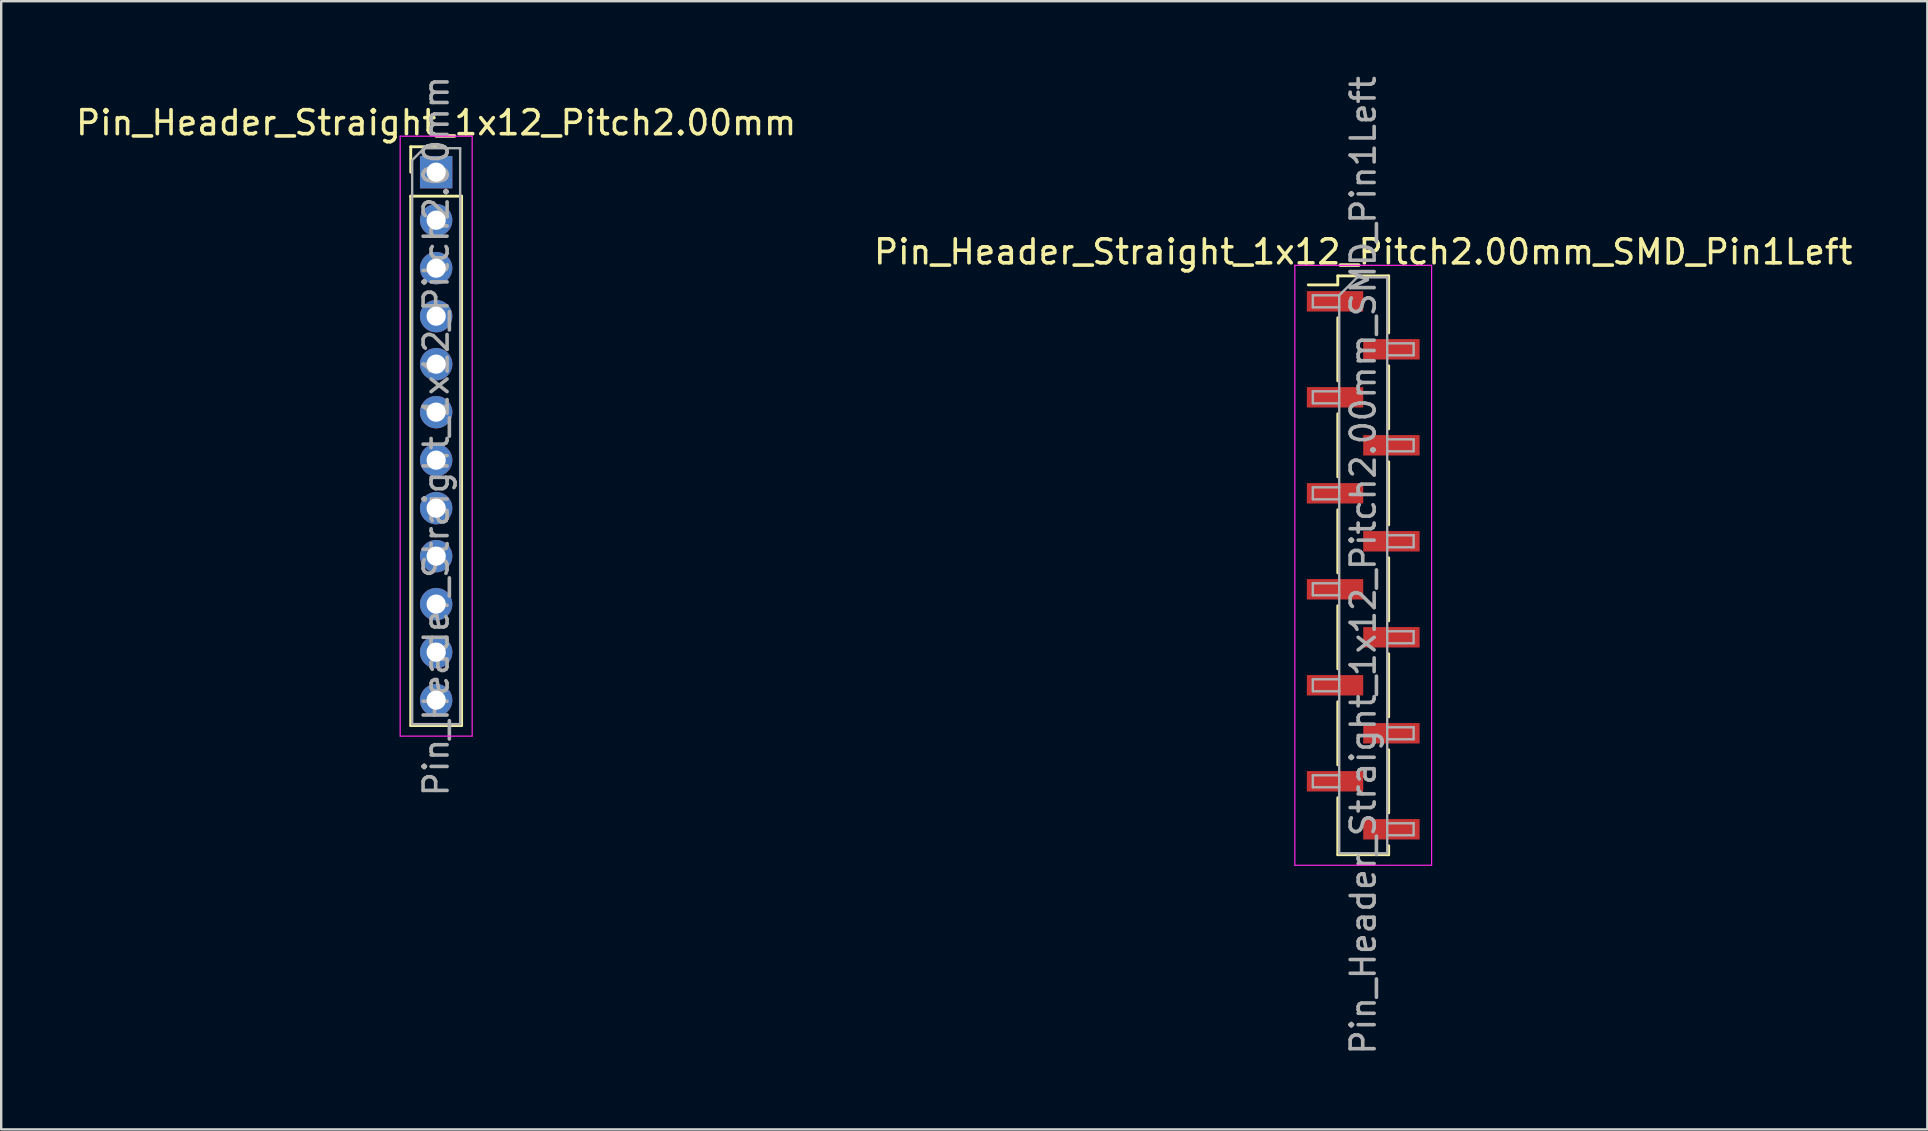
<source format=kicad_pcb>
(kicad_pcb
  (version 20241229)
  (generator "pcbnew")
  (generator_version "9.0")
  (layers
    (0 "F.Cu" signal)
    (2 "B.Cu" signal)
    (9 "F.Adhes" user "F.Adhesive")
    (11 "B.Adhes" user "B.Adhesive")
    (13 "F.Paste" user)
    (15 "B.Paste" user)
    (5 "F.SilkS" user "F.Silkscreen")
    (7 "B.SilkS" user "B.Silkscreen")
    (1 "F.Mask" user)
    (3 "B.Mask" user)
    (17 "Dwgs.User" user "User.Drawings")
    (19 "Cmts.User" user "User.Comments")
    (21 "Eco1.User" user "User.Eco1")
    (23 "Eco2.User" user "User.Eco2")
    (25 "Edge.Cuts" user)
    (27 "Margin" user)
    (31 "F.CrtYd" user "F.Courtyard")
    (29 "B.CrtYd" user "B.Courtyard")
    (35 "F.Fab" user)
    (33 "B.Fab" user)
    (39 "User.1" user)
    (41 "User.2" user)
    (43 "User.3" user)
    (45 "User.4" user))
  (footprint "Pin_Header_Straight_1x12_Pitch2.00mm"
    (layer "F.Cu")
    (at 15.125 4.125)
    (property "Reference" "Pin_Header_Straight_1x12_Pitch2.00mm" (at 0 -2.06 0) (layer "F.SilkS") (effects (font (size 1 1) (thickness 0.15))))
    (attr through_hole)
    (fp_line (start -1.06 -1.06) (end 0 -1.06) (stroke (width 0.12) (type solid)) (layer "F.SilkS"))
    (fp_line (start -1.06 0) (end -1.06 -1.06) (stroke (width 0.12) (type solid)) (layer "F.SilkS"))
    (fp_line (start -1.06 1) (end -1.06 23.06) (stroke (width 0.12) (type solid)) (layer "F.SilkS"))
    (fp_line (start -1.06 1) (end 1.06 1) (stroke (width 0.12) (type solid)) (layer "F.SilkS"))
    (fp_line (start -1.06 23.06) (end 1.06 23.06) (stroke (width 0.12) (type solid)) (layer "F.SilkS"))
    (fp_line (start 1.06 1) (end 1.06 23.06) (stroke (width 0.12) (type solid)) (layer "F.SilkS"))
    (fp_line (start -1.5 -1.5) (end -1.5 23.5) (stroke (width 0.05) (type solid)) (layer "F.CrtYd"))
    (fp_line (start -1.5 23.5) (end 1.5 23.5) (stroke (width 0.05) (type solid)) (layer "F.CrtYd"))
    (fp_line (start 1.5 -1.5) (end -1.5 -1.5) (stroke (width 0.05) (type solid)) (layer "F.CrtYd"))
    (fp_line (start 1.5 23.5) (end 1.5 -1.5) (stroke (width 0.05) (type solid)) (layer "F.CrtYd"))
    (fp_line (start -1 -0.5) (end -0.5 -1) (stroke (width 0.1) (type solid)) (layer "F.Fab"))
    (fp_line (start -1 23) (end -1 -0.5) (stroke (width 0.1) (type solid)) (layer "F.Fab"))
    (fp_line (start -0.5 -1) (end 1 -1) (stroke (width 0.1) (type solid)) (layer "F.Fab"))
    (fp_line (start 1 -1) (end 1 23) (stroke (width 0.1) (type solid)) (layer "F.Fab"))
    (fp_line (start 1 23) (end -1 23) (stroke (width 0.1) (type solid)) (layer "F.Fab"))
    (fp_text user "${REFERENCE}" (at 0 11 90) (layer "F.Fab") (effects (font (size 1 1) (thickness 0.15))))
    (pad "1" thru_hole rect (at 0 0) (size 1.35 1.35) (drill 0.8) (layers "*.Cu" "*.Mask"))
    (pad "2" thru_hole oval (at 0 2) (size 1.35 1.35) (drill 0.8) (layers "*.Cu" "*.Mask"))
    (pad "3" thru_hole oval (at 0 4) (size 1.35 1.35) (drill 0.8) (layers "*.Cu" "*.Mask"))
    (pad "4" thru_hole oval (at 0 6) (size 1.35 1.35) (drill 0.8) (layers "*.Cu" "*.Mask"))
    (pad "5" thru_hole oval (at 0 8) (size 1.35 1.35) (drill 0.8) (layers "*.Cu" "*.Mask"))
    (pad "6" thru_hole oval (at 0 10) (size 1.35 1.35) (drill 0.8) (layers "*.Cu" "*.Mask"))
    (pad "7" thru_hole oval (at 0 12) (size 1.35 1.35) (drill 0.8) (layers "*.Cu" "*.Mask"))
    (pad "8" thru_hole oval (at 0 14) (size 1.35 1.35) (drill 0.8) (layers "*.Cu" "*.Mask"))
    (pad "9" thru_hole oval (at 0 16) (size 1.35 1.35) (drill 0.8) (layers "*.Cu" "*.Mask"))
    (pad "10" thru_hole oval (at 0 18) (size 1.35 1.35) (drill 0.8) (layers "*.Cu" "*.Mask"))
    (pad "11" thru_hole oval (at 0 20) (size 1.35 1.35) (drill 0.8) (layers "*.Cu" "*.Mask"))
    (pad "12" thru_hole oval (at 0 22) (size 1.35 1.35) (drill 0.8) (layers "*.Cu" "*.Mask")))
  (footprint "Pin_Header_Straight_1x12_Pitch2.00mm_SMD_Pin1Left"
    (layer "F.Cu")
    (at 53.756 20.506)
    (property "Reference" "Pin_Header_Straight_1x12_Pitch2.00mm_SMD_Pin1Left" (at 0 -13.06 0) (layer "F.SilkS") (effects (font (size 1 1) (thickness 0.15))))
    (attr smd)
    (fp_line (start -1.06 -12.06) (end -1.06 -11.685) (stroke (width 0.12) (type solid)) (layer "F.SilkS"))
    (fp_line (start -1.06 -12.06) (end 1.06 -12.06) (stroke (width 0.12) (type solid)) (layer "F.SilkS"))
    (fp_line (start -1.06 -11.685) (end -2.29 -11.685) (stroke (width 0.12) (type solid)) (layer "F.SilkS"))
    (fp_line (start -1.06 -10.315) (end -1.06 -7.685) (stroke (width 0.12) (type solid)) (layer "F.SilkS"))
    (fp_line (start -1.06 -6.315) (end -1.06 -3.685) (stroke (width 0.12) (type solid)) (layer "F.SilkS"))
    (fp_line (start -1.06 -2.315) (end -1.06 0.315) (stroke (width 0.12) (type solid)) (layer "F.SilkS"))
    (fp_line (start -1.06 1.685) (end -1.06 4.315) (stroke (width 0.12) (type solid)) (layer "F.SilkS"))
    (fp_line (start -1.06 5.685) (end -1.06 8.315) (stroke (width 0.12) (type solid)) (layer "F.SilkS"))
    (fp_line (start -1.06 9.685) (end -1.06 12.06) (stroke (width 0.12) (type solid)) (layer "F.SilkS"))
    (fp_line (start -1.06 12.06) (end 1.06 12.06) (stroke (width 0.12) (type solid)) (layer "F.SilkS"))
    (fp_line (start 1.06 -12.06) (end 1.06 -9.685) (stroke (width 0.12) (type solid)) (layer "F.SilkS"))
    (fp_line (start 1.06 -8.315) (end 1.06 -5.685) (stroke (width 0.12) (type solid)) (layer "F.SilkS"))
    (fp_line (start 1.06 -4.315) (end 1.06 -1.685) (stroke (width 0.12) (type solid)) (layer "F.SilkS"))
    (fp_line (start 1.06 -0.315) (end 1.06 2.315) (stroke (width 0.12) (type solid)) (layer "F.SilkS"))
    (fp_line (start 1.06 3.685) (end 1.06 6.315) (stroke (width 0.12) (type solid)) (layer "F.SilkS"))
    (fp_line (start 1.06 7.685) (end 1.06 10.315) (stroke (width 0.12) (type solid)) (layer "F.SilkS"))
    (fp_line (start 1.06 11.685) (end 1.06 12.06) (stroke (width 0.12) (type solid)) (layer "F.SilkS"))
    (fp_line (start -2.85 -12.5) (end -2.85 12.5) (stroke (width 0.05) (type solid)) (layer "F.CrtYd"))
    (fp_line (start -2.85 12.5) (end 2.85 12.5) (stroke (width 0.05) (type solid)) (layer "F.CrtYd"))
    (fp_line (start 2.85 -12.5) (end -2.85 -12.5) (stroke (width 0.05) (type solid)) (layer "F.CrtYd"))
    (fp_line (start 2.85 12.5) (end 2.85 -12.5) (stroke (width 0.05) (type solid)) (layer "F.CrtYd"))
    (fp_line (start -2.1 -11.25) (end -2.1 -10.75) (stroke (width 0.1) (type solid)) (layer "F.Fab"))
    (fp_line (start -2.1 -10.75) (end -1 -10.75) (stroke (width 0.1) (type solid)) (layer "F.Fab"))
    (fp_line (start -2.1 -7.25) (end -2.1 -6.75) (stroke (width 0.1) (type solid)) (layer "F.Fab"))
    (fp_line (start -2.1 -6.75) (end -1 -6.75) (stroke (width 0.1) (type solid)) (layer "F.Fab"))
    (fp_line (start -2.1 -3.25) (end -2.1 -2.75) (stroke (width 0.1) (type solid)) (layer "F.Fab"))
    (fp_line (start -2.1 -2.75) (end -1 -2.75) (stroke (width 0.1) (type solid)) (layer "F.Fab"))
    (fp_line (start -2.1 0.75) (end -2.1 1.25) (stroke (width 0.1) (type solid)) (layer "F.Fab"))
    (fp_line (start -2.1 1.25) (end -1 1.25) (stroke (width 0.1) (type solid)) (layer "F.Fab"))
    (fp_line (start -2.1 4.75) (end -2.1 5.25) (stroke (width 0.1) (type solid)) (layer "F.Fab"))
    (fp_line (start -2.1 5.25) (end -1 5.25) (stroke (width 0.1) (type solid)) (layer "F.Fab"))
    (fp_line (start -2.1 8.75) (end -2.1 9.25) (stroke (width 0.1) (type solid)) (layer "F.Fab"))
    (fp_line (start -2.1 9.25) (end -1 9.25) (stroke (width 0.1) (type solid)) (layer "F.Fab"))
    (fp_line (start -1 -11.25) (end -2.1 -11.25) (stroke (width 0.1) (type solid)) (layer "F.Fab"))
    (fp_line (start -1 -11.25) (end -0.25 -12) (stroke (width 0.1) (type solid)) (layer "F.Fab"))
    (fp_line (start -1 -7.25) (end -2.1 -7.25) (stroke (width 0.1) (type solid)) (layer "F.Fab"))
    (fp_line (start -1 -3.25) (end -2.1 -3.25) (stroke (width 0.1) (type solid)) (layer "F.Fab"))
    (fp_line (start -1 0.75) (end -2.1 0.75) (stroke (width 0.1) (type solid)) (layer "F.Fab"))
    (fp_line (start -1 4.75) (end -2.1 4.75) (stroke (width 0.1) (type solid)) (layer "F.Fab"))
    (fp_line (start -1 8.75) (end -2.1 8.75) (stroke (width 0.1) (type solid)) (layer "F.Fab"))
    (fp_line (start -1 12) (end -1 -11.25) (stroke (width 0.1) (type solid)) (layer "F.Fab"))
    (fp_line (start -0.25 -12) (end 1 -12) (stroke (width 0.1) (type solid)) (layer "F.Fab"))
    (fp_line (start 1 -12) (end 1 12) (stroke (width 0.1) (type solid)) (layer "F.Fab"))
    (fp_line (start 1 -9.25) (end 2.1 -9.25) (stroke (width 0.1) (type solid)) (layer "F.Fab"))
    (fp_line (start 1 -5.25) (end 2.1 -5.25) (stroke (width 0.1) (type solid)) (layer "F.Fab"))
    (fp_line (start 1 -1.25) (end 2.1 -1.25) (stroke (width 0.1) (type solid)) (layer "F.Fab"))
    (fp_line (start 1 2.75) (end 2.1 2.75) (stroke (width 0.1) (type solid)) (layer "F.Fab"))
    (fp_line (start 1 6.75) (end 2.1 6.75) (stroke (width 0.1) (type solid)) (layer "F.Fab"))
    (fp_line (start 1 10.75) (end 2.1 10.75) (stroke (width 0.1) (type solid)) (layer "F.Fab"))
    (fp_line (start 1 12) (end -1 12) (stroke (width 0.1) (type solid)) (layer "F.Fab"))
    (fp_line (start 2.1 -9.25) (end 2.1 -8.75) (stroke (width 0.1) (type solid)) (layer "F.Fab"))
    (fp_line (start 2.1 -8.75) (end 1 -8.75) (stroke (width 0.1) (type solid)) (layer "F.Fab"))
    (fp_line (start 2.1 -5.25) (end 2.1 -4.75) (stroke (width 0.1) (type solid)) (layer "F.Fab"))
    (fp_line (start 2.1 -4.75) (end 1 -4.75) (stroke (width 0.1) (type solid)) (layer "F.Fab"))
    (fp_line (start 2.1 -1.25) (end 2.1 -0.75) (stroke (width 0.1) (type solid)) (layer "F.Fab"))
    (fp_line (start 2.1 -0.75) (end 1 -0.75) (stroke (width 0.1) (type solid)) (layer "F.Fab"))
    (fp_line (start 2.1 2.75) (end 2.1 3.25) (stroke (width 0.1) (type solid)) (layer "F.Fab"))
    (fp_line (start 2.1 3.25) (end 1 3.25) (stroke (width 0.1) (type solid)) (layer "F.Fab"))
    (fp_line (start 2.1 6.75) (end 2.1 7.25) (stroke (width 0.1) (type solid)) (layer "F.Fab"))
    (fp_line (start 2.1 7.25) (end 1 7.25) (stroke (width 0.1) (type solid)) (layer "F.Fab"))
    (fp_line (start 2.1 10.75) (end 2.1 11.25) (stroke (width 0.1) (type solid)) (layer "F.Fab"))
    (fp_line (start 2.1 11.25) (end 1 11.25) (stroke (width 0.1) (type solid)) (layer "F.Fab"))
    (fp_text user "${REFERENCE}" (at 0 0 90) (layer "F.Fab") (effects (font (size 1 1) (thickness 0.15))))
    (pad "1" smd rect (at -1.175 -11) (size 2.35 0.85) (layers "F.Cu" "F.Mask" "F.Paste"))
    (pad "2" smd rect (at 1.175 -9) (size 2.35 0.85) (layers "F.Cu" "F.Mask" "F.Paste"))
    (pad "3" smd rect (at -1.175 -7) (size 2.35 0.85) (layers "F.Cu" "F.Mask" "F.Paste"))
    (pad "4" smd rect (at 1.175 -5) (size 2.35 0.85) (layers "F.Cu" "F.Mask" "F.Paste"))
    (pad "5" smd rect (at -1.175 -3) (size 2.35 0.85) (layers "F.Cu" "F.Mask" "F.Paste"))
    (pad "6" smd rect (at 1.175 -1) (size 2.35 0.85) (layers "F.Cu" "F.Mask" "F.Paste"))
    (pad "7" smd rect (at -1.175 1) (size 2.35 0.85) (layers "F.Cu" "F.Mask" "F.Paste"))
    (pad "8" smd rect (at 1.175 3) (size 2.35 0.85) (layers "F.Cu" "F.Mask" "F.Paste"))
    (pad "9" smd rect (at -1.175 5) (size 2.35 0.85) (layers "F.Cu" "F.Mask" "F.Paste"))
    (pad "10" smd rect (at 1.175 7) (size 2.35 0.85) (layers "F.Cu" "F.Mask" "F.Paste"))
    (pad "11" smd rect (at -1.175 9) (size 2.35 0.85) (layers "F.Cu" "F.Mask" "F.Paste"))
    (pad "12" smd rect (at 1.175 11) (size 2.35 0.85) (layers "F.Cu" "F.Mask" "F.Paste")))
  (gr_rect
    (start -3 -3)
    (end 77.262 44.012)
    (stroke (width 0.1) (type default))
    (fill no)
    (layer "Edge.Cuts")))
</source>
